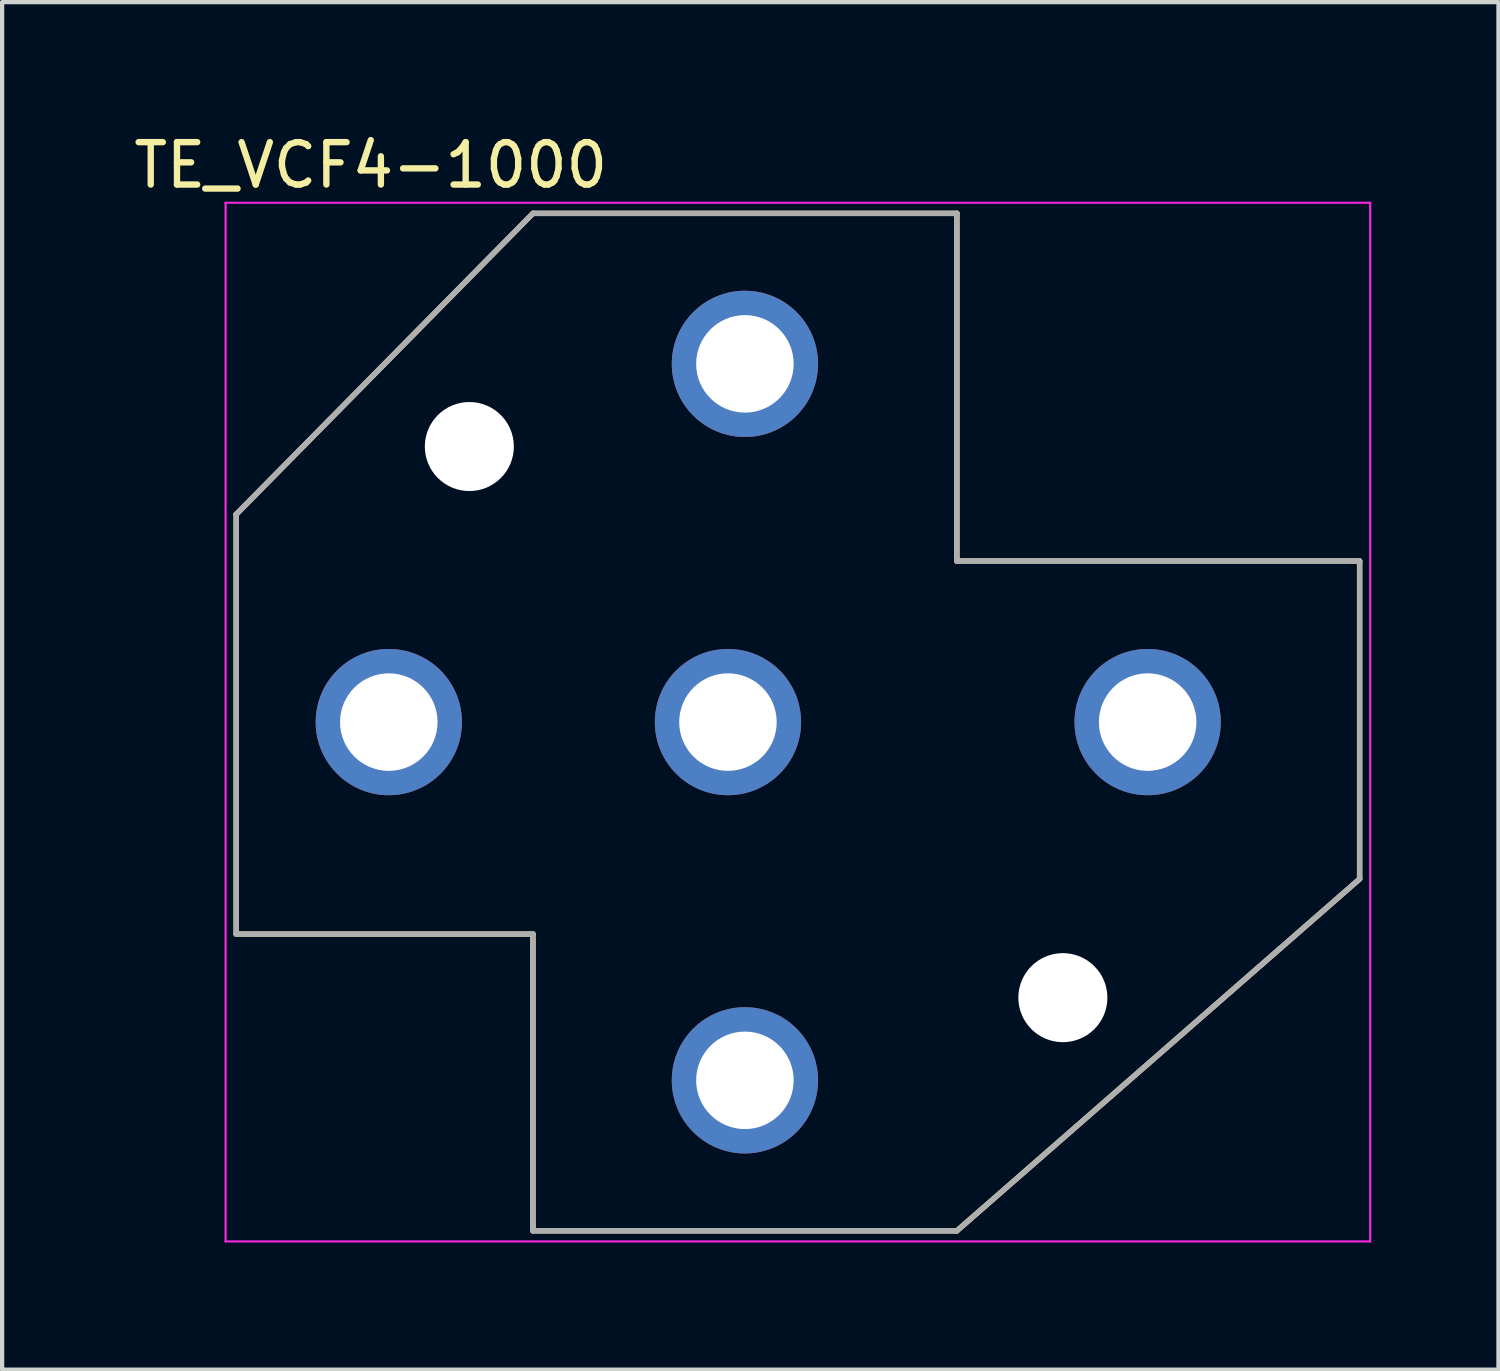
<source format=kicad_pcb>
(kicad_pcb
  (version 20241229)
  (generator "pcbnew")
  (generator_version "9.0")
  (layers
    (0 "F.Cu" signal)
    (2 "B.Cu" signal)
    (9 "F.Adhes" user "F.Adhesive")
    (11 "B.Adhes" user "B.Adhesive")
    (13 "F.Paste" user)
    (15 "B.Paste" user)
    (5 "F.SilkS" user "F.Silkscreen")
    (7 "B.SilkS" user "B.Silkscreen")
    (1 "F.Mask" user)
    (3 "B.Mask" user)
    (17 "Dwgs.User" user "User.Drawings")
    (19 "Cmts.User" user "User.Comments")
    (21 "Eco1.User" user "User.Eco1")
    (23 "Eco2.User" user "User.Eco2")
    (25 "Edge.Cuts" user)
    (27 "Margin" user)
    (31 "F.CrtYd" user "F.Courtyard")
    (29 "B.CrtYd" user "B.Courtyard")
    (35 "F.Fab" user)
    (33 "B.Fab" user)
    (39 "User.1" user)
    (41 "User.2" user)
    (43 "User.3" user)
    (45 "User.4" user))
  (footprint "TE_VCF4-1000"
    (layer "F.Cu")
    (at 14.521 13.983)
    (property "Reference" "TE_VCF4-1000" (at -8.825 -13.135 0) (layer "F.SilkS") (effects (font (size 1 1) (thickness 0.15))))
    (attr through_hole)
    (fp_line (start -12 -4.9) (end -5 -12) (stroke (width 0.127) (type solid)) (layer "F.SilkS"))
    (fp_line (start -12 5) (end -12 -4.9) (stroke (width 0.127) (type solid)) (layer "F.SilkS"))
    (fp_line (start -5 -12) (end 5 -12) (stroke (width 0.127) (type solid)) (layer "F.SilkS"))
    (fp_line (start -5 5) (end -12 5) (stroke (width 0.127) (type solid)) (layer "F.SilkS"))
    (fp_line (start -5 12) (end -5 5) (stroke (width 0.127) (type solid)) (layer "F.SilkS"))
    (fp_line (start 5 -12) (end 5 -3.8) (stroke (width 0.127) (type solid)) (layer "F.SilkS"))
    (fp_line (start 5 -3.8) (end 14.5 -3.8) (stroke (width 0.127) (type solid)) (layer "F.SilkS"))
    (fp_line (start 5 12) (end -5 12) (stroke (width 0.127) (type solid)) (layer "F.SilkS"))
    (fp_line (start 5 12) (end 14.5 3.7) (stroke (width 0.127) (type solid)) (layer "F.SilkS"))
    (fp_line (start 14.5 -3.8) (end 14.5 3.7) (stroke (width 0.127) (type solid)) (layer "F.SilkS"))
    (fp_line (start -12.25 -12.25) (end 14.75 -12.25) (stroke (width 0.05) (type solid)) (layer "F.CrtYd"))
    (fp_line (start -12.25 12.25) (end -12.25 -12.25) (stroke (width 0.05) (type solid)) (layer "F.CrtYd"))
    (fp_line (start 14.75 -12.25) (end 14.75 12.25) (stroke (width 0.05) (type solid)) (layer "F.CrtYd"))
    (fp_line (start 14.75 12.25) (end -12.25 12.25) (stroke (width 0.05) (type solid)) (layer "F.CrtYd"))
    (fp_line (start -12 -4.9) (end -5 -12) (stroke (width 0.127) (type solid)) (layer "F.Fab"))
    (fp_line (start -12 5) (end -12 -4.9) (stroke (width 0.127) (type solid)) (layer "F.Fab"))
    (fp_line (start -5 -12) (end 5 -12) (stroke (width 0.127) (type solid)) (layer "F.Fab"))
    (fp_line (start -5 5) (end -12 5) (stroke (width 0.127) (type solid)) (layer "F.Fab"))
    (fp_line (start -5 12) (end -5 5) (stroke (width 0.127) (type solid)) (layer "F.Fab"))
    (fp_line (start 5 -12) (end 5 -3.8) (stroke (width 0.127) (type solid)) (layer "F.Fab"))
    (fp_line (start 5 -3.8) (end 14.5 -3.8) (stroke (width 0.127) (type solid)) (layer "F.Fab"))
    (fp_line (start 5 12) (end -5 12) (stroke (width 0.127) (type solid)) (layer "F.Fab"))
    (fp_line (start 5 12) (end 14.5 3.7) (stroke (width 0.127) (type solid)) (layer "F.Fab"))
    (fp_line (start 14.5 -3.8) (end 14.5 3.7) (stroke (width 0.127) (type solid)) (layer "F.Fab"))
    (pad "" np_thru_hole circle (at -6.5 -6.5) (size 2.1 2.1) (drill 2.1) (layers "*.Cu" "*.Mask"))
    (pad "" np_thru_hole circle (at 7.5 6.5) (size 2.1 2.1) (drill 2.1) (layers "*.Cu" "*.Mask"))
    (pad "30" thru_hole circle (at 9.5 0) (size 3.45 3.45) (drill 2.3) (layers "*.Cu" "*.Mask"))
    (pad "85" thru_hole circle (at 0 8.45) (size 3.45 3.45) (drill 2.3) (layers "*.Cu" "*.Mask"))
    (pad "86" thru_hole circle (at 0 -8.45) (size 3.45 3.45) (drill 2.3) (layers "*.Cu" "*.Mask"))
    (pad "87" thru_hole circle (at -8.4 0) (size 3.45 3.45) (drill 2.3) (layers "*.Cu" "*.Mask"))
    (pad "87A" thru_hole circle (at -0.4 0) (size 3.45 3.45) (drill 2.3) (layers "*.Cu" "*.Mask")))
  (gr_rect
    (start -3 -3)
    (end 32.296 29.258)
    (stroke (width 0.1) (type default))
    (fill no)
    (layer "Edge.Cuts")))
</source>
